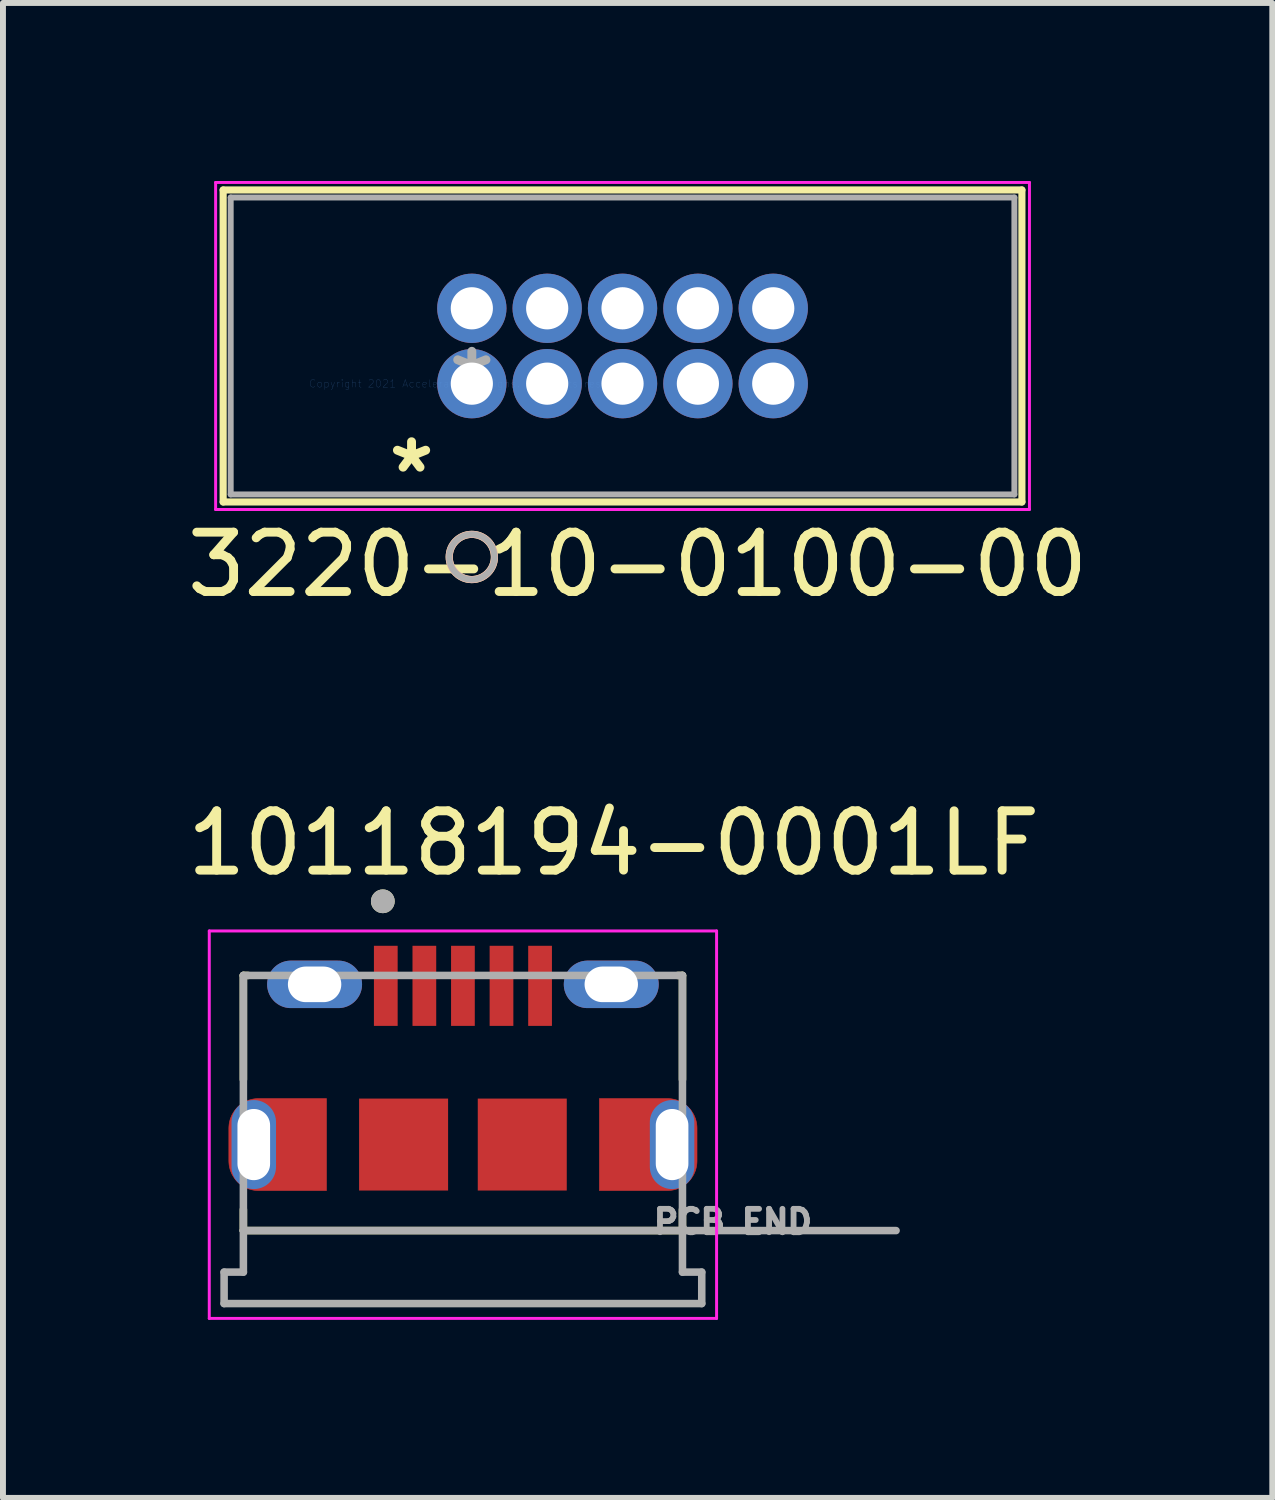
<source format=kicad_pcb>
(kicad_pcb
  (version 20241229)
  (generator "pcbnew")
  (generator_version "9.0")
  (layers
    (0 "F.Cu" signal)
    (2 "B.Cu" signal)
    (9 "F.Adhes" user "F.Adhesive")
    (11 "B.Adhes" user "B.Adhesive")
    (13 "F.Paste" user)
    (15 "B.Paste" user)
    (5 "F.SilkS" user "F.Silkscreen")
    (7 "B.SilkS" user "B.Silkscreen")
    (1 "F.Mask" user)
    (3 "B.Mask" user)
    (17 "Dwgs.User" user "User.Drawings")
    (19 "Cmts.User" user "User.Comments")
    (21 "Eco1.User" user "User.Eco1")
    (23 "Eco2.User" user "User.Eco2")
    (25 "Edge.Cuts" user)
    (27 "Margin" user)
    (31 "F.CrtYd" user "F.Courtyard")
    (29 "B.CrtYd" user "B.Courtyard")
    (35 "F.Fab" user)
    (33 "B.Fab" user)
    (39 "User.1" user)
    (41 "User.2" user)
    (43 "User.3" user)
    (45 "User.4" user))
  (footprint "10118194-0001LF"
    (layer "F.Cu")
    (at 4.752 16.24)
    (property "Reference" "10118194-0001LF" (at 2.54 -5.08 0) (layer "F.SilkS") (effects (font (size 1 1) (thickness 0.15))))
    (attr smd)
    (fp_poly (pts (xy -2.3 -0.775) (xy -2.3 0.775) (xy -3.445 0.775) (xy -3.471 0.774) (xy -3.497 0.772) (xy -3.523 0.769) (xy -3.549 0.764) (xy -3.574 0.758) (xy -3.6 0.751) (xy -3.624 0.742) (xy -3.648 0.732) (xy -3.672 0.721) (xy -3.695 0.708) (xy -3.717 0.694) (xy -3.739 0.68) (xy -3.76 0.664) (xy -3.78 0.647) (xy -3.799 0.629) (xy -3.817 0.61) (xy -3.834 0.59) (xy -3.85 0.569) (xy -3.864 0.547) (xy -3.878 0.525) (xy -3.891 0.502) (xy -3.902 0.478) (xy -3.912 0.454) (xy -3.921 0.43) (xy -3.928 0.404) (xy -3.934 0.379) (xy -3.939 0.353) (xy -3.942 0.327) (xy -3.944 0.301) (xy -3.945 0.275) (xy -3.945 -0.275) (xy -3.944 -0.301) (xy -3.942 -0.327) (xy -3.939 -0.353) (xy -3.934 -0.379) (xy -3.928 -0.404) (xy -3.921 -0.43) (xy -3.912 -0.454) (xy -3.902 -0.478) (xy -3.891 -0.502) (xy -3.878 -0.525) (xy -3.864 -0.547) (xy -3.85 -0.569) (xy -3.834 -0.59) (xy -3.817 -0.61) (xy -3.799 -0.629) (xy -3.78 -0.647) (xy -3.76 -0.664) (xy -3.739 -0.68) (xy -3.717 -0.694) (xy -3.695 -0.708) (xy -3.672 -0.721) (xy -3.648 -0.732) (xy -3.624 -0.742) (xy -3.6 -0.751) (xy -3.574 -0.758) (xy -3.549 -0.764) (xy -3.523 -0.769) (xy -3.497 -0.772) (xy -3.471 -0.774) (xy -3.445 -0.775) (xy -2.3 -0.775)) (stroke (width 0.01) (type solid)) (fill yes) (layer "F.Cu"))
    (fp_poly (pts (xy 2.3 -0.775) (xy 2.3 0.775) (xy 3.445 0.775) (xy 3.471 0.774) (xy 3.497 0.772) (xy 3.523 0.769) (xy 3.549 0.764) (xy 3.574 0.758) (xy 3.6 0.751) (xy 3.624 0.742) (xy 3.648 0.732) (xy 3.672 0.721) (xy 3.695 0.708) (xy 3.717 0.694) (xy 3.739 0.68) (xy 3.76 0.664) (xy 3.78 0.647) (xy 3.799 0.629) (xy 3.817 0.61) (xy 3.834 0.59) (xy 3.85 0.569) (xy 3.864 0.547) (xy 3.878 0.525) (xy 3.891 0.502) (xy 3.902 0.478) (xy 3.912 0.454) (xy 3.921 0.43) (xy 3.928 0.404) (xy 3.934 0.379) (xy 3.939 0.353) (xy 3.942 0.327) (xy 3.944 0.301) (xy 3.945 0.275) (xy 3.945 -0.275) (xy 3.944 -0.301) (xy 3.942 -0.327) (xy 3.939 -0.353) (xy 3.934 -0.379) (xy 3.928 -0.404) (xy 3.921 -0.43) (xy 3.912 -0.454) (xy 3.902 -0.478) (xy 3.891 -0.502) (xy 3.878 -0.525) (xy 3.864 -0.547) (xy 3.85 -0.569) (xy 3.834 -0.59) (xy 3.817 -0.61) (xy 3.799 -0.629) (xy 3.78 -0.647) (xy 3.76 -0.664) (xy 3.739 -0.68) (xy 3.717 -0.694) (xy 3.695 -0.708) (xy 3.672 -0.721) (xy 3.648 -0.732) (xy 3.624 -0.742) (xy 3.6 -0.751) (xy 3.574 -0.758) (xy 3.549 -0.764) (xy 3.523 -0.769) (xy 3.497 -0.772) (xy 3.471 -0.774) (xy 3.445 -0.775) (xy 2.3 -0.775)) (stroke (width 0.01) (type solid)) (fill yes) (layer "F.Cu"))
    (fp_poly (pts (xy -2.2 0.875) (xy -3.545 0.875) (xy -3.571 0.874) (xy -3.597 0.872) (xy -3.623 0.869) (xy -3.649 0.864) (xy -3.674 0.858) (xy -3.7 0.851) (xy -3.724 0.842) (xy -3.748 0.832) (xy -3.772 0.821) (xy -3.795 0.808) (xy -3.817 0.794) (xy -3.839 0.78) (xy -3.86 0.764) (xy -3.88 0.747) (xy -3.899 0.729) (xy -3.917 0.71) (xy -3.934 0.69) (xy -3.95 0.669) (xy -3.964 0.647) (xy -3.978 0.625) (xy -3.991 0.602) (xy -4.002 0.578) (xy -4.012 0.554) (xy -4.021 0.53) (xy -4.028 0.504) (xy -4.034 0.479) (xy -4.039 0.453) (xy -4.042 0.427) (xy -4.044 0.401) (xy -4.045 0.375) (xy -4.045 -0.375) (xy -4.044 -0.401) (xy -4.042 -0.427) (xy -4.039 -0.453) (xy -4.034 -0.479) (xy -4.028 -0.504) (xy -4.021 -0.53) (xy -4.012 -0.554) (xy -4.002 -0.578) (xy -3.991 -0.602) (xy -3.978 -0.625) (xy -3.964 -0.647) (xy -3.95 -0.669) (xy -3.934 -0.69) (xy -3.917 -0.71) (xy -3.899 -0.729) (xy -3.88 -0.747) (xy -3.86 -0.764) (xy -3.839 -0.78) (xy -3.817 -0.794) (xy -3.795 -0.808) (xy -3.772 -0.821) (xy -3.748 -0.832) (xy -3.724 -0.842) (xy -3.7 -0.851) (xy -3.674 -0.858) (xy -3.649 -0.864) (xy -3.623 -0.869) (xy -3.597 -0.872) (xy -3.571 -0.874) (xy -3.545 -0.875) (xy -2.2 -0.875) (xy -2.2 0.875)) (stroke (width 0.01) (type solid)) (fill yes) (layer "F.Mask"))
    (fp_poly (pts (xy 2.2 -0.875) (xy 3.545 -0.875) (xy 3.571 -0.874) (xy 3.597 -0.872) (xy 3.623 -0.869) (xy 3.649 -0.864) (xy 3.674 -0.858) (xy 3.7 -0.851) (xy 3.724 -0.842) (xy 3.748 -0.832) (xy 3.772 -0.821) (xy 3.795 -0.808) (xy 3.817 -0.794) (xy 3.839 -0.78) (xy 3.86 -0.764) (xy 3.88 -0.747) (xy 3.899 -0.729) (xy 3.917 -0.71) (xy 3.934 -0.69) (xy 3.95 -0.669) (xy 3.964 -0.647) (xy 3.978 -0.625) (xy 3.991 -0.602) (xy 4.002 -0.578) (xy 4.012 -0.554) (xy 4.021 -0.53) (xy 4.028 -0.504) (xy 4.034 -0.479) (xy 4.039 -0.453) (xy 4.042 -0.427) (xy 4.044 -0.401) (xy 4.045 -0.375) (xy 4.045 0.375) (xy 4.044 0.401) (xy 4.042 0.427) (xy 4.039 0.453) (xy 4.034 0.479) (xy 4.028 0.504) (xy 4.021 0.53) (xy 4.012 0.554) (xy 4.002 0.578) (xy 3.991 0.602) (xy 3.978 0.625) (xy 3.964 0.647) (xy 3.95 0.669) (xy 3.934 0.69) (xy 3.917 0.71) (xy 3.899 0.729) (xy 3.88 0.747) (xy 3.86 0.764) (xy 3.839 0.78) (xy 3.817 0.794) (xy 3.795 0.808) (xy 3.772 0.821) (xy 3.748 0.832) (xy 3.724 0.842) (xy 3.7 0.851) (xy 3.674 0.858) (xy 3.649 0.864) (xy 3.623 0.869) (xy 3.597 0.872) (xy 3.571 0.874) (xy 3.545 0.875) (xy 2.2 0.875) (xy 2.2 -0.875)) (stroke (width 0.01) (type solid)) (fill yes) (layer "F.Mask"))
    (fp_line (start -3.7 -2.85) (end -3.7 -1.095) (stroke (width 0.127) (type solid)) (layer "F.SilkS"))
    (fp_line (start -3.7 -2.85) (end -3.62 -2.85) (stroke (width 0.127) (type solid)) (layer "F.SilkS"))
    (fp_line (start -3.7 1.45) (end -3.7 1.095) (stroke (width 0.127) (type solid)) (layer "F.SilkS"))
    (fp_line (start -3.7 1.45) (end 3.7 1.45) (stroke (width 0.127) (type solid)) (layer "F.SilkS"))
    (fp_line (start 3.62 -2.85) (end 3.7 -2.85) (stroke (width 0.127) (type solid)) (layer "F.SilkS"))
    (fp_line (start 3.7 -1.095) (end 3.7 -2.85) (stroke (width 0.127) (type solid)) (layer "F.SilkS"))
    (fp_line (start 3.7 1.45) (end 3.7 1.095) (stroke (width 0.127) (type solid)) (layer "F.SilkS"))
    (fp_circle (center -1.35 -4.1) (end -1.25 -4.1) (stroke (width 0.2) (type solid)) (fill no) (layer "F.SilkS"))
    (fp_poly (pts (xy -2.3 -0.775) (xy -2.3 0.775) (xy -3.445 0.775) (xy -3.471 0.774) (xy -3.497 0.772) (xy -3.523 0.769) (xy -3.549 0.764) (xy -3.574 0.758) (xy -3.6 0.751) (xy -3.624 0.742) (xy -3.648 0.732) (xy -3.672 0.721) (xy -3.695 0.708) (xy -3.717 0.694) (xy -3.739 0.68) (xy -3.76 0.664) (xy -3.78 0.647) (xy -3.799 0.629) (xy -3.817 0.61) (xy -3.834 0.59) (xy -3.85 0.569) (xy -3.864 0.547) (xy -3.878 0.525) (xy -3.891 0.502) (xy -3.902 0.478) (xy -3.912 0.454) (xy -3.921 0.43) (xy -3.928 0.404) (xy -3.934 0.379) (xy -3.939 0.353) (xy -3.942 0.327) (xy -3.944 0.301) (xy -3.945 0.275) (xy -3.945 -0.275) (xy -3.944 -0.301) (xy -3.942 -0.327) (xy -3.939 -0.353) (xy -3.934 -0.379) (xy -3.928 -0.404) (xy -3.921 -0.43) (xy -3.912 -0.454) (xy -3.902 -0.478) (xy -3.891 -0.502) (xy -3.878 -0.525) (xy -3.864 -0.547) (xy -3.85 -0.569) (xy -3.834 -0.59) (xy -3.817 -0.61) (xy -3.799 -0.629) (xy -3.78 -0.647) (xy -3.76 -0.664) (xy -3.739 -0.68) (xy -3.717 -0.694) (xy -3.695 -0.708) (xy -3.672 -0.721) (xy -3.648 -0.732) (xy -3.624 -0.742) (xy -3.6 -0.751) (xy -3.574 -0.758) (xy -3.549 -0.764) (xy -3.523 -0.769) (xy -3.497 -0.772) (xy -3.471 -0.774) (xy -3.445 -0.775) (xy -2.3 -0.775)) (stroke (width 0.01) (type solid)) (fill yes) (layer "F.Paste"))
    (fp_poly (pts (xy 2.3 -0.775) (xy 2.3 0.775) (xy 3.445 0.775) (xy 3.471 0.774) (xy 3.497 0.772) (xy 3.523 0.769) (xy 3.549 0.764) (xy 3.574 0.758) (xy 3.6 0.751) (xy 3.624 0.742) (xy 3.648 0.732) (xy 3.672 0.721) (xy 3.695 0.708) (xy 3.717 0.694) (xy 3.739 0.68) (xy 3.76 0.664) (xy 3.78 0.647) (xy 3.799 0.629) (xy 3.817 0.61) (xy 3.834 0.59) (xy 3.85 0.569) (xy 3.864 0.547) (xy 3.878 0.525) (xy 3.891 0.502) (xy 3.902 0.478) (xy 3.912 0.454) (xy 3.921 0.43) (xy 3.928 0.404) (xy 3.934 0.379) (xy 3.939 0.353) (xy 3.942 0.327) (xy 3.944 0.301) (xy 3.945 0.275) (xy 3.945 -0.275) (xy 3.944 -0.301) (xy 3.942 -0.327) (xy 3.939 -0.353) (xy 3.934 -0.379) (xy 3.928 -0.404) (xy 3.921 -0.43) (xy 3.912 -0.454) (xy 3.902 -0.478) (xy 3.891 -0.502) (xy 3.878 -0.525) (xy 3.864 -0.547) (xy 3.85 -0.569) (xy 3.834 -0.59) (xy 3.817 -0.61) (xy 3.799 -0.629) (xy 3.78 -0.647) (xy 3.76 -0.664) (xy 3.739 -0.68) (xy 3.717 -0.694) (xy 3.695 -0.708) (xy 3.672 -0.721) (xy 3.648 -0.732) (xy 3.624 -0.742) (xy 3.6 -0.751) (xy 3.574 -0.758) (xy 3.549 -0.764) (xy 3.523 -0.769) (xy 3.497 -0.772) (xy 3.471 -0.774) (xy 3.445 -0.775) (xy 2.3 -0.775)) (stroke (width 0.01) (type solid)) (fill yes) (layer "F.Paste"))
    (fp_line (start -4.275 -3.6) (end -4.275 2.93) (stroke (width 0.05) (type solid)) (layer "F.CrtYd"))
    (fp_line (start -4.275 2.93) (end 4.275 2.93) (stroke (width 0.05) (type solid)) (layer "F.CrtYd"))
    (fp_line (start 4.275 -3.6) (end -4.275 -3.6) (stroke (width 0.05) (type solid)) (layer "F.CrtYd"))
    (fp_line (start 4.275 2.93) (end 4.275 -3.6) (stroke (width 0.05) (type solid)) (layer "F.CrtYd"))
    (fp_line (start -4.025 2.15) (end -4.025 2.68) (stroke (width 0.127) (type solid)) (layer "F.Fab"))
    (fp_line (start -4.025 2.68) (end 4.025 2.68) (stroke (width 0.127) (type solid)) (layer "F.Fab"))
    (fp_line (start -3.7 -2.85) (end -3.7 1.45) (stroke (width 0.127) (type solid)) (layer "F.Fab"))
    (fp_line (start -3.7 -2.85) (end 3.7 -2.85) (stroke (width 0.127) (type solid)) (layer "F.Fab"))
    (fp_line (start -3.7 1.45) (end -3.7 2.15) (stroke (width 0.127) (type solid)) (layer "F.Fab"))
    (fp_line (start -3.7 1.45) (end 3.7 1.45) (stroke (width 0.127) (type solid)) (layer "F.Fab"))
    (fp_line (start -3.7 2.15) (end -4.025 2.15) (stroke (width 0.127) (type solid)) (layer "F.Fab"))
    (fp_line (start 3.7 1.45) (end 3.7 -2.85) (stroke (width 0.127) (type solid)) (layer "F.Fab"))
    (fp_line (start 3.7 1.45) (end 7.3 1.45) (stroke (width 0.127) (type solid)) (layer "F.Fab"))
    (fp_line (start 3.7 2.15) (end 3.7 1.45) (stroke (width 0.127) (type solid)) (layer "F.Fab"))
    (fp_line (start 4.025 2.15) (end 3.7 2.15) (stroke (width 0.127) (type solid)) (layer "F.Fab"))
    (fp_line (start 4.025 2.68) (end 4.025 2.15) (stroke (width 0.127) (type solid)) (layer "F.Fab"))
    (fp_circle (center -1.35 -4.1) (end -1.25 -4.1) (stroke (width 0.2) (type solid)) (fill no) (layer "F.Fab"))
    (fp_text user "PCB END" (at 4.55 1.3 0) (layer "F.Fab") (effects (font (size 0.394 0.394) (thickness 0.098))))
    (pad "1" smd rect (at -1.3 -2.675) (size 0.4 1.35) (layers "F.Cu" "F.Mask" "F.Paste"))
    (pad "2" smd rect (at -0.65 -2.675) (size 0.4 1.35) (layers "F.Cu" "F.Mask" "F.Paste"))
    (pad "3" smd rect (at 0 -2.675) (size 0.4 1.35) (layers "F.Cu" "F.Mask" "F.Paste"))
    (pad "4" smd rect (at 0.65 -2.675) (size 0.4 1.35) (layers "F.Cu" "F.Mask" "F.Paste"))
    (pad "5" smd rect (at 1.3 -2.675) (size 0.4 1.35) (layers "F.Cu" "F.Mask" "F.Paste"))
    (pad "S1" thru_hole oval (at -2.5 -2.7) (size 1.6 0.8) (drill oval 0.9 0.6) (layers "*.Cu" "*.Mask"))
    (pad "S2" thru_hole oval (at 2.5 -2.7) (size 1.6 0.8) (drill oval 0.9 0.6) (layers "*.Cu" "*.Mask"))
    (pad "S3" thru_hole oval (at -3.525 0) (size 0.75 1.5) (drill oval 0.55 1.2) (layers "*.Cu" "*.Mask"))
    (pad "S4" smd rect (at -1 0) (size 1.5 1.55) (layers "F.Cu" "F.Mask" "F.Paste"))
    (pad "S5" smd rect (at 1 0) (size 1.5 1.55) (layers "F.Cu" "F.Mask" "F.Paste"))
    (pad "S6" thru_hole oval (at 3.525 0) (size 0.75 1.5) (drill oval 0.55 1.2) (layers "*.Cu" "*.Mask")))
  (footprint "3220-10-0100-00"
    (layer "F.Cu")
    (at 4.902 3.416)
    (property "Reference" "3220-10-0100-00" (at 2.794 3.048 0) (layer "F.SilkS") (effects (font (size 1 1) (thickness 0.15))))
    (attr through_hole)
    (fp_line (start -4.191 -3.264) (end -4.191 1.994) (stroke (width 0.12) (type solid)) (layer "F.SilkS"))
    (fp_line (start -4.191 1.994) (end 9.271 1.994) (stroke (width 0.12) (type solid)) (layer "F.SilkS"))
    (fp_line (start 9.271 -3.264) (end -4.191 -3.264) (stroke (width 0.12) (type solid)) (layer "F.SilkS"))
    (fp_line (start 9.271 1.994) (end 9.271 -3.264) (stroke (width 0.12) (type solid)) (layer "F.SilkS"))
    (fp_circle (center 0 2.921) (end 0.381 2.921) (stroke (width 0.12) (type solid)) (fill no) (layer "F.SilkS"))
    (fp_circle (center 0 2.921) (end 0.381 2.921) (stroke (width 0.12) (type solid)) (fill no) (layer "B.SilkS"))
    (fp_line (start -4.318 -3.391) (end -4.318 2.121) (stroke (width 0.05) (type solid)) (layer "F.CrtYd"))
    (fp_line (start -4.318 2.121) (end 9.398 2.121) (stroke (width 0.05) (type solid)) (layer "F.CrtYd"))
    (fp_line (start 9.398 -3.391) (end -4.318 -3.391) (stroke (width 0.05) (type solid)) (layer "F.CrtYd"))
    (fp_line (start 9.398 2.121) (end 9.398 -3.391) (stroke (width 0.05) (type solid)) (layer "F.CrtYd"))
    (fp_line (start -4.064 -3.137) (end -4.064 1.867) (stroke (width 0.1) (type solid)) (layer "F.Fab"))
    (fp_line (start -4.064 1.867) (end 9.144 1.867) (stroke (width 0.1) (type solid)) (layer "F.Fab"))
    (fp_line (start 9.144 -3.137) (end -4.064 -3.137) (stroke (width 0.1) (type solid)) (layer "F.Fab"))
    (fp_line (start 9.144 1.867) (end 9.144 -3.137) (stroke (width 0.1) (type solid)) (layer "F.Fab"))
    (fp_circle (center 0 2.921) (end 0.381 2.921) (stroke (width 0.1) (type solid)) (fill no) (layer "F.Fab"))
    (fp_text user "*" (at -1.016 1.524 0) (layer "F.SilkS") (effects (font (size 1 1) (thickness 0.15))))
    (fp_text user "Copyright 2021 Accelerated Designs. All rights reserved." (at 0 0 0) (layer "Cmts.User") (effects (font (size 0.127 0.127) (thickness 0.002))))
    (fp_text user "*" (at 0 0 0) (layer "F.Fab") (effects (font (size 1 1) (thickness 0.15))))
    (pad "1" thru_hole circle (at 0 0) (size 1.168 1.168) (drill 0.711) (layers "*.Cu" "*.Mask"))
    (pad "2" thru_hole circle (at 0 -1.27) (size 1.168 1.168) (drill 0.711) (layers "*.Cu" "*.Mask"))
    (pad "3" thru_hole circle (at 1.27 0) (size 1.168 1.168) (drill 0.711) (layers "*.Cu" "*.Mask"))
    (pad "4" thru_hole circle (at 1.27 -1.27) (size 1.168 1.168) (drill 0.711) (layers "*.Cu" "*.Mask"))
    (pad "5" thru_hole circle (at 2.54 0) (size 1.168 1.168) (drill 0.711) (layers "*.Cu" "*.Mask"))
    (pad "6" thru_hole circle (at 2.54 -1.27) (size 1.168 1.168) (drill 0.711) (layers "*.Cu" "*.Mask"))
    (pad "7" thru_hole circle (at 3.81 0) (size 1.168 1.168) (drill 0.711) (layers "*.Cu" "*.Mask"))
    (pad "8" thru_hole circle (at 3.81 -1.27) (size 1.168 1.168) (drill 0.711) (layers "*.Cu" "*.Mask"))
    (pad "9" thru_hole circle (at 5.08 0) (size 1.168 1.168) (drill 0.711) (layers "*.Cu" "*.Mask"))
    (pad "10" thru_hole circle (at 5.08 -1.27) (size 1.168 1.168) (drill 0.711) (layers "*.Cu" "*.Mask")))
  (gr_rect
    (start -3 -3)
    (end 18.393 22.195)
    (stroke (width 0.1) (type default))
    (fill no)
    (layer "Edge.Cuts")))
</source>
